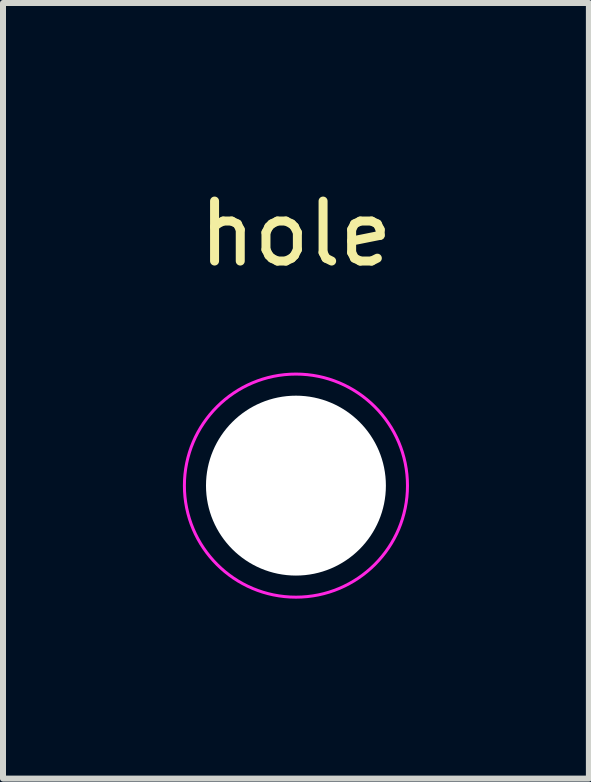
<source format=kicad_pcb>
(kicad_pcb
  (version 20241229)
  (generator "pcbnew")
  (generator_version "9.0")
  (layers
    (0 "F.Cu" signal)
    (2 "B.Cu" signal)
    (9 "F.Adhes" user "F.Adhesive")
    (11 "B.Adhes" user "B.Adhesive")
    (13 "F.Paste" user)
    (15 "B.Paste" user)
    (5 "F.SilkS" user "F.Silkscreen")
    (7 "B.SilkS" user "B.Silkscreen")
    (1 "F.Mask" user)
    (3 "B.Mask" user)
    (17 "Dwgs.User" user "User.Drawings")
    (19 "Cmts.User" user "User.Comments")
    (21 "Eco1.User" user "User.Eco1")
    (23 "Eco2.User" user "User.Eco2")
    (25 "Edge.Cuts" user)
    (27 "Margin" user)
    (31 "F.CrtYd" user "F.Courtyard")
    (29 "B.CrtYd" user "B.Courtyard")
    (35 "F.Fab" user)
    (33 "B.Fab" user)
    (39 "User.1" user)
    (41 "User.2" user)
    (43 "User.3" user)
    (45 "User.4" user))
  (footprint "hole"
    (layer "F.Cu")
    (at 1.885 5.048)
    (property "Reference" "hole" (at 0 -4.2 0) (layer "F.SilkS") (effects (font (size 1 1) (thickness 0.15))))
    (attr exclude_from_pos_files exclude_from_bom)
    (fp_circle (center 0 0) (end 1.86 0) (stroke (width 0.05) (type solid)) (fill no) (layer "F.CrtYd"))
    (pad "" np_thru_hole circle (at 0 0) (size 3 3) (drill 3) (layers "*.Cu" "*.Mask")))
  (gr_rect
    (start -3 -3)
    (end 6.77 9.933)
    (stroke (width 0.1) (type default))
    (fill no)
    (layer "Edge.Cuts")))
</source>
